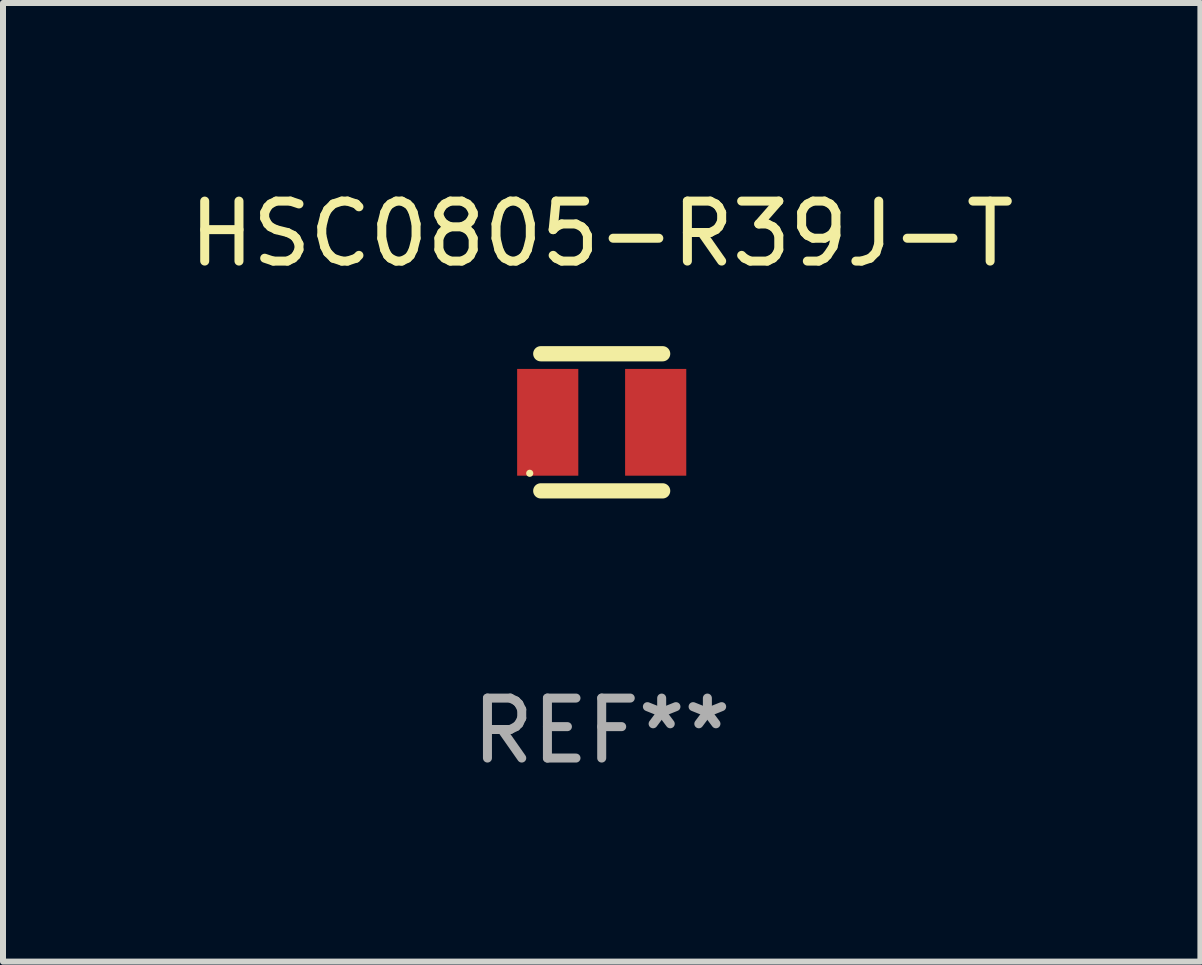
<source format=kicad_pcb>
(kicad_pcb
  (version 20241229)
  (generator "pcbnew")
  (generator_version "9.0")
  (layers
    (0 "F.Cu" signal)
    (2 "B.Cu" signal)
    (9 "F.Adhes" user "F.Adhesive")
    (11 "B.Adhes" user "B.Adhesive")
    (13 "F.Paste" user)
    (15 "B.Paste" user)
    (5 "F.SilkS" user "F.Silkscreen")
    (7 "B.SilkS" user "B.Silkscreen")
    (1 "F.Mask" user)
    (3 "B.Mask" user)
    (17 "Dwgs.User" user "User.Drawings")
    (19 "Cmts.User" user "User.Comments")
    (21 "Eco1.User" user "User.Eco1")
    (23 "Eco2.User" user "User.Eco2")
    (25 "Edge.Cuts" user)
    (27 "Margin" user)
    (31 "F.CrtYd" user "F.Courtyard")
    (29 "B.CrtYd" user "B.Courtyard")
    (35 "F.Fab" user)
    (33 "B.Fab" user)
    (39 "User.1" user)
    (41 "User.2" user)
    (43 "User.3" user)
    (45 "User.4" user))
  (footprint "HSC0805-R39J-T"
    (layer "F.Cu")
    (at 6.982 3.991)
    (property "Reference" "HSC0805-R39J-T" (at 0 -3.143 0) (layer "F.SilkS") (effects (font (size 1 1) (thickness 0.15))))
    (attr through_hole)
    (fp_line (start -1.016 -1.143) (end 1.016 -1.143) (stroke (width 0.254) (type solid)) (layer "F.SilkS"))
    (fp_line (start -1.016 1.143) (end 1.016 1.143) (stroke (width 0.254) (type solid)) (layer "F.SilkS"))
    (fp_circle (center -1.2 0.85) (end -1.17 0.85) (stroke (width 0.06) (type solid)) (fill no) (layer "F.SilkS"))
    (fp_text user "REF**" (at 0 5.143 0) (layer "F.Fab") (effects (font (size 1 1) (thickness 0.15))))
    (pad "1" smd rect (at -0.9 0) (size 1.02 1.78) (layers "F.Cu" "F.Mask" "F.Paste"))
    (pad "2" smd rect (at 0.9 0) (size 1.02 1.78) (layers "F.Cu" "F.Mask" "F.Paste")))
  (gr_rect
    (start -3 -3)
    (end 16.964 12.983)
    (stroke (width 0.1) (type default))
    (fill no)
    (layer "Edge.Cuts")))
</source>
